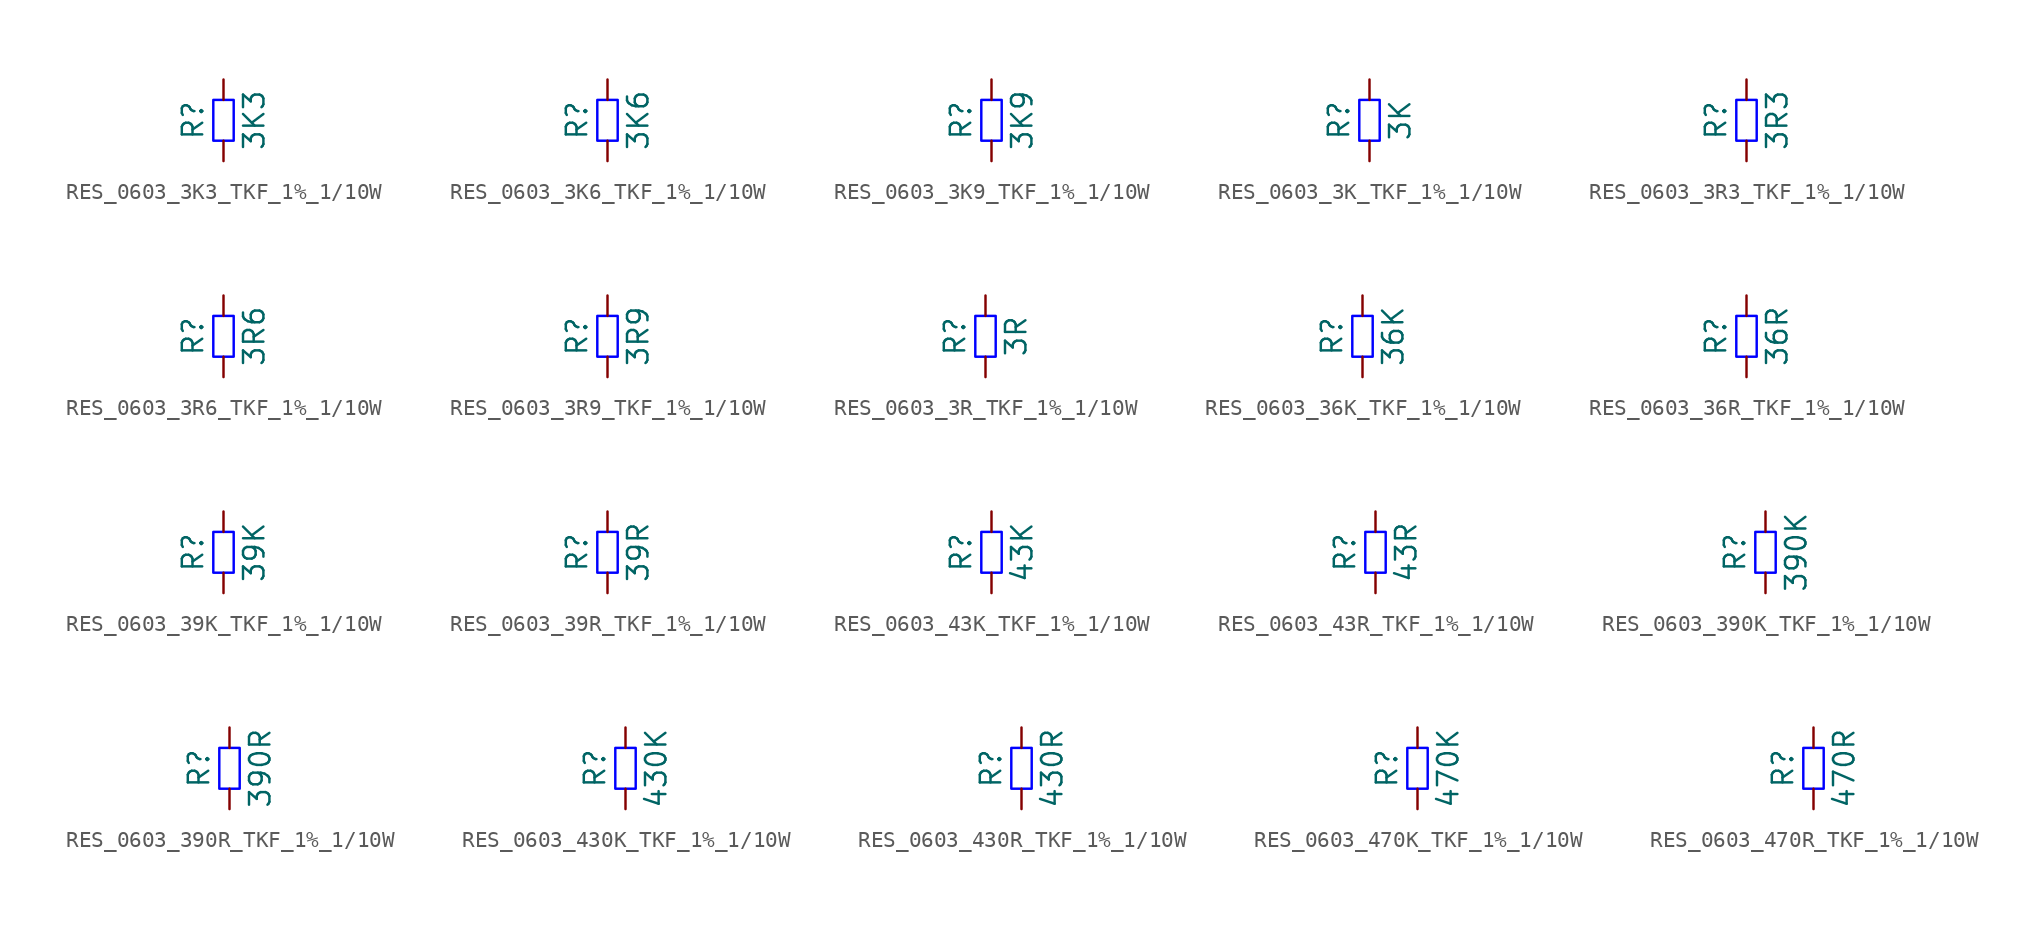
<source format=kicad_sym>
(kicad_symbol_lib
  (version 20220914)
  (generator kicad_symbol_editor)
  (symbol "RES_0603_3K3_TKF_1%_1/10W"
    (pin_numbers hide)
    (pin_names
      (offset 0) hide)
    (property "Reference" "R"
      (at -1.905 0 90)
      (do_not_autoplace)
      (effects (font (size 1.27 1.27))))
    (property "Value" "3K3"
      (at 1.905 0 90)
      (do_not_autoplace)
      (effects (font (size 1.27 1.27))))
    (symbol "RES_0603_3K3_TKF_1%_1/10W_1_1"
      (rectangle (start -0.635 -1.27) (end 0.635 1.27) (stroke (width 0) (type solid) (color 0 0 255 1)) (fill (type none)))
      (pin passive line (at 0 -2.54 90) (length 1.27) (name "~" (effects (font (size 1.27 1.27)))) (number "1" (effects (font (size 1.27 1.27)))))
      (pin passive line (at 0 2.54 270) (length 1.27) (name "~" (effects (font (size 1.27 1.27)))) (number "2" (effects (font (size 1.27 1.27)))))))
  (symbol "RES_0603_3K6_TKF_1%_1/10W"
    (pin_numbers hide)
    (pin_names
      (offset 0) hide)
    (property "Reference" "R"
      (at -1.905 0 90)
      (do_not_autoplace)
      (effects (font (size 1.27 1.27))))
    (property "Value" "3K6"
      (at 1.905 0 90)
      (do_not_autoplace)
      (effects (font (size 1.27 1.27))))
    (symbol "RES_0603_3K6_TKF_1%_1/10W_1_1"
      (rectangle (start -0.635 -1.27) (end 0.635 1.27) (stroke (width 0) (type solid) (color 0 0 255 1)) (fill (type none)))
      (pin passive line (at 0 -2.54 90) (length 1.27) (name "~" (effects (font (size 1.27 1.27)))) (number "1" (effects (font (size 1.27 1.27)))))
      (pin passive line (at 0 2.54 270) (length 1.27) (name "~" (effects (font (size 1.27 1.27)))) (number "2" (effects (font (size 1.27 1.27)))))))
  (symbol "RES_0603_3K9_TKF_1%_1/10W"
    (pin_numbers hide)
    (pin_names
      (offset 0) hide)
    (property "Reference" "R"
      (at -1.905 0 90)
      (do_not_autoplace)
      (effects (font (size 1.27 1.27))))
    (property "Value" "3K9"
      (at 1.905 0 90)
      (do_not_autoplace)
      (effects (font (size 1.27 1.27))))
    (symbol "RES_0603_3K9_TKF_1%_1/10W_1_1"
      (rectangle (start -0.635 -1.27) (end 0.635 1.27) (stroke (width 0) (type solid) (color 0 0 255 1)) (fill (type none)))
      (pin passive line (at 0 -2.54 90) (length 1.27) (name "~" (effects (font (size 1.27 1.27)))) (number "1" (effects (font (size 1.27 1.27)))))
      (pin passive line (at 0 2.54 270) (length 1.27) (name "~" (effects (font (size 1.27 1.27)))) (number "2" (effects (font (size 1.27 1.27)))))))
  (symbol "RES_0603_3K_TKF_1%_1/10W"
    (pin_numbers hide)
    (pin_names
      (offset 0) hide)
    (property "Reference" "R"
      (at -1.905 0 90)
      (do_not_autoplace)
      (effects (font (size 1.27 1.27))))
    (property "Value" "3K"
      (at 1.905 0 90)
      (do_not_autoplace)
      (effects (font (size 1.27 1.27))))
    (symbol "RES_0603_3K_TKF_1%_1/10W_1_1"
      (rectangle (start -0.635 -1.27) (end 0.635 1.27) (stroke (width 0) (type solid) (color 0 0 255 1)) (fill (type none)))
      (pin passive line (at 0 -2.54 90) (length 1.27) (name "~" (effects (font (size 1.27 1.27)))) (number "1" (effects (font (size 1.27 1.27)))))
      (pin passive line (at 0 2.54 270) (length 1.27) (name "~" (effects (font (size 1.27 1.27)))) (number "2" (effects (font (size 1.27 1.27)))))))
  (symbol "RES_0603_3R3_TKF_1%_1/10W"
    (pin_numbers hide)
    (pin_names
      (offset 0) hide)
    (property "Reference" "R"
      (at -1.905 0 90)
      (do_not_autoplace)
      (effects (font (size 1.27 1.27))))
    (property "Value" "3R3"
      (at 1.905 0 90)
      (do_not_autoplace)
      (effects (font (size 1.27 1.27))))
    (symbol "RES_0603_3R3_TKF_1%_1/10W_1_1"
      (rectangle (start -0.635 -1.27) (end 0.635 1.27) (stroke (width 0) (type solid) (color 0 0 255 1)) (fill (type none)))
      (pin passive line (at 0 -2.54 90) (length 1.27) (name "~" (effects (font (size 1.27 1.27)))) (number "1" (effects (font (size 1.27 1.27)))))
      (pin passive line (at 0 2.54 270) (length 1.27) (name "~" (effects (font (size 1.27 1.27)))) (number "2" (effects (font (size 1.27 1.27)))))))
  (symbol "RES_0603_3R6_TKF_1%_1/10W"
    (pin_numbers hide)
    (pin_names
      (offset 0) hide)
    (property "Reference" "R"
      (at -1.905 0 90)
      (do_not_autoplace)
      (effects (font (size 1.27 1.27))))
    (property "Value" "3R6"
      (at 1.905 0 90)
      (do_not_autoplace)
      (effects (font (size 1.27 1.27))))
    (symbol "RES_0603_3R6_TKF_1%_1/10W_1_1"
      (rectangle (start -0.635 -1.27) (end 0.635 1.27) (stroke (width 0) (type solid) (color 0 0 255 1)) (fill (type none)))
      (pin passive line (at 0 -2.54 90) (length 1.27) (name "~" (effects (font (size 1.27 1.27)))) (number "1" (effects (font (size 1.27 1.27)))))
      (pin passive line (at 0 2.54 270) (length 1.27) (name "~" (effects (font (size 1.27 1.27)))) (number "2" (effects (font (size 1.27 1.27)))))))
  (symbol "RES_0603_3R9_TKF_1%_1/10W"
    (pin_numbers hide)
    (pin_names
      (offset 0) hide)
    (property "Reference" "R"
      (at -1.905 0 90)
      (do_not_autoplace)
      (effects (font (size 1.27 1.27))))
    (property "Value" "3R9"
      (at 1.905 0 90)
      (do_not_autoplace)
      (effects (font (size 1.27 1.27))))
    (symbol "RES_0603_3R9_TKF_1%_1/10W_1_1"
      (rectangle (start -0.635 -1.27) (end 0.635 1.27) (stroke (width 0) (type solid) (color 0 0 255 1)) (fill (type none)))
      (pin passive line (at 0 -2.54 90) (length 1.27) (name "~" (effects (font (size 1.27 1.27)))) (number "1" (effects (font (size 1.27 1.27)))))
      (pin passive line (at 0 2.54 270) (length 1.27) (name "~" (effects (font (size 1.27 1.27)))) (number "2" (effects (font (size 1.27 1.27)))))))
  (symbol "RES_0603_3R_TKF_1%_1/10W"
    (pin_numbers hide)
    (pin_names
      (offset 0) hide)
    (property "Reference" "R"
      (at -1.905 0 90)
      (do_not_autoplace)
      (effects (font (size 1.27 1.27))))
    (property "Value" "3R"
      (at 1.905 0 90)
      (do_not_autoplace)
      (effects (font (size 1.27 1.27))))
    (symbol "RES_0603_3R_TKF_1%_1/10W_1_1"
      (rectangle (start -0.635 -1.27) (end 0.635 1.27) (stroke (width 0) (type solid) (color 0 0 255 1)) (fill (type none)))
      (pin passive line (at 0 -2.54 90) (length 1.27) (name "~" (effects (font (size 1.27 1.27)))) (number "1" (effects (font (size 1.27 1.27)))))
      (pin passive line (at 0 2.54 270) (length 1.27) (name "~" (effects (font (size 1.27 1.27)))) (number "2" (effects (font (size 1.27 1.27)))))))
  (symbol "RES_0603_36K_TKF_1%_1/10W"
    (pin_numbers hide)
    (pin_names
      (offset 0) hide)
    (property "Reference" "R"
      (at -1.905 0 90)
      (do_not_autoplace)
      (effects (font (size 1.27 1.27))))
    (property "Value" "36K"
      (at 1.905 0 90)
      (do_not_autoplace)
      (effects (font (size 1.27 1.27))))
    (symbol "RES_0603_36K_TKF_1%_1/10W_1_1"
      (rectangle (start -0.635 -1.27) (end 0.635 1.27) (stroke (width 0) (type solid) (color 0 0 255 1)) (fill (type none)))
      (pin passive line (at 0 -2.54 90) (length 1.27) (name "~" (effects (font (size 1.27 1.27)))) (number "1" (effects (font (size 1.27 1.27)))))
      (pin passive line (at 0 2.54 270) (length 1.27) (name "~" (effects (font (size 1.27 1.27)))) (number "2" (effects (font (size 1.27 1.27)))))))
  (symbol "RES_0603_36R_TKF_1%_1/10W"
    (pin_numbers hide)
    (pin_names
      (offset 0) hide)
    (property "Reference" "R"
      (at -1.905 0 90)
      (do_not_autoplace)
      (effects (font (size 1.27 1.27))))
    (property "Value" "36R"
      (at 1.905 0 90)
      (do_not_autoplace)
      (effects (font (size 1.27 1.27))))
    (symbol "RES_0603_36R_TKF_1%_1/10W_1_1"
      (rectangle (start -0.635 -1.27) (end 0.635 1.27) (stroke (width 0) (type solid) (color 0 0 255 1)) (fill (type none)))
      (pin passive line (at 0 -2.54 90) (length 1.27) (name "~" (effects (font (size 1.27 1.27)))) (number "1" (effects (font (size 1.27 1.27)))))
      (pin passive line (at 0 2.54 270) (length 1.27) (name "~" (effects (font (size 1.27 1.27)))) (number "2" (effects (font (size 1.27 1.27)))))))
  (symbol "RES_0603_39K_TKF_1%_1/10W"
    (pin_numbers hide)
    (pin_names
      (offset 0) hide)
    (property "Reference" "R"
      (at -1.905 0 90)
      (do_not_autoplace)
      (effects (font (size 1.27 1.27))))
    (property "Value" "39K"
      (at 1.905 0 90)
      (do_not_autoplace)
      (effects (font (size 1.27 1.27))))
    (symbol "RES_0603_39K_TKF_1%_1/10W_1_1"
      (rectangle (start -0.635 -1.27) (end 0.635 1.27) (stroke (width 0) (type solid) (color 0 0 255 1)) (fill (type none)))
      (pin passive line (at 0 -2.54 90) (length 1.27) (name "~" (effects (font (size 1.27 1.27)))) (number "1" (effects (font (size 1.27 1.27)))))
      (pin passive line (at 0 2.54 270) (length 1.27) (name "~" (effects (font (size 1.27 1.27)))) (number "2" (effects (font (size 1.27 1.27)))))))
  (symbol "RES_0603_39R_TKF_1%_1/10W"
    (pin_numbers hide)
    (pin_names
      (offset 0) hide)
    (property "Reference" "R"
      (at -1.905 0 90)
      (do_not_autoplace)
      (effects (font (size 1.27 1.27))))
    (property "Value" "39R"
      (at 1.905 0 90)
      (do_not_autoplace)
      (effects (font (size 1.27 1.27))))
    (symbol "RES_0603_39R_TKF_1%_1/10W_1_1"
      (rectangle (start -0.635 -1.27) (end 0.635 1.27) (stroke (width 0) (type solid) (color 0 0 255 1)) (fill (type none)))
      (pin passive line (at 0 -2.54 90) (length 1.27) (name "~" (effects (font (size 1.27 1.27)))) (number "1" (effects (font (size 1.27 1.27)))))
      (pin passive line (at 0 2.54 270) (length 1.27) (name "~" (effects (font (size 1.27 1.27)))) (number "2" (effects (font (size 1.27 1.27)))))))
  (symbol "RES_0603_43K_TKF_1%_1/10W"
    (pin_numbers hide)
    (pin_names
      (offset 0) hide)
    (property "Reference" "R"
      (at -1.905 0 90)
      (do_not_autoplace)
      (effects (font (size 1.27 1.27))))
    (property "Value" "43K"
      (at 1.905 0 90)
      (do_not_autoplace)
      (effects (font (size 1.27 1.27))))
    (symbol "RES_0603_43K_TKF_1%_1/10W_1_1"
      (rectangle (start -0.635 -1.27) (end 0.635 1.27) (stroke (width 0) (type solid) (color 0 0 255 1)) (fill (type none)))
      (pin passive line (at 0 -2.54 90) (length 1.27) (name "~" (effects (font (size 1.27 1.27)))) (number "1" (effects (font (size 1.27 1.27)))))
      (pin passive line (at 0 2.54 270) (length 1.27) (name "~" (effects (font (size 1.27 1.27)))) (number "2" (effects (font (size 1.27 1.27)))))))
  (symbol "RES_0603_43R_TKF_1%_1/10W"
    (pin_numbers hide)
    (pin_names
      (offset 0) hide)
    (property "Reference" "R"
      (at -1.905 0 90)
      (do_not_autoplace)
      (effects (font (size 1.27 1.27))))
    (property "Value" "43R"
      (at 1.905 0 90)
      (do_not_autoplace)
      (effects (font (size 1.27 1.27))))
    (symbol "RES_0603_43R_TKF_1%_1/10W_1_1"
      (rectangle (start -0.635 -1.27) (end 0.635 1.27) (stroke (width 0) (type solid) (color 0 0 255 1)) (fill (type none)))
      (pin passive line (at 0 -2.54 90) (length 1.27) (name "~" (effects (font (size 1.27 1.27)))) (number "1" (effects (font (size 1.27 1.27)))))
      (pin passive line (at 0 2.54 270) (length 1.27) (name "~" (effects (font (size 1.27 1.27)))) (number "2" (effects (font (size 1.27 1.27)))))))
  (symbol "RES_0603_390K_TKF_1%_1/10W"
    (pin_numbers hide)
    (pin_names
      (offset 0) hide)
    (property "Reference" "R"
      (at -1.905 0 90)
      (do_not_autoplace)
      (effects (font (size 1.27 1.27))))
    (property "Value" "390K"
      (at 1.905 0 90)
      (do_not_autoplace)
      (effects (font (size 1.27 1.27))))
    (symbol "RES_0603_390K_TKF_1%_1/10W_1_1"
      (rectangle (start -0.635 -1.27) (end 0.635 1.27) (stroke (width 0) (type solid) (color 0 0 255 1)) (fill (type none)))
      (pin passive line (at 0 -2.54 90) (length 1.27) (name "~" (effects (font (size 1.27 1.27)))) (number "1" (effects (font (size 1.27 1.27)))))
      (pin passive line (at 0 2.54 270) (length 1.27) (name "~" (effects (font (size 1.27 1.27)))) (number "2" (effects (font (size 1.27 1.27)))))))
  (symbol "RES_0603_390R_TKF_1%_1/10W"
    (pin_numbers hide)
    (pin_names
      (offset 0) hide)
    (property "Reference" "R"
      (at -1.905 0 90)
      (do_not_autoplace)
      (effects (font (size 1.27 1.27))))
    (property "Value" "390R"
      (at 1.905 0 90)
      (do_not_autoplace)
      (effects (font (size 1.27 1.27))))
    (symbol "RES_0603_390R_TKF_1%_1/10W_1_1"
      (rectangle (start -0.635 -1.27) (end 0.635 1.27) (stroke (width 0) (type solid) (color 0 0 255 1)) (fill (type none)))
      (pin passive line (at 0 -2.54 90) (length 1.27) (name "~" (effects (font (size 1.27 1.27)))) (number "1" (effects (font (size 1.27 1.27)))))
      (pin passive line (at 0 2.54 270) (length 1.27) (name "~" (effects (font (size 1.27 1.27)))) (number "2" (effects (font (size 1.27 1.27)))))))
  (symbol "RES_0603_430K_TKF_1%_1/10W"
    (pin_numbers hide)
    (pin_names
      (offset 0) hide)
    (property "Reference" "R"
      (at -1.905 0 90)
      (do_not_autoplace)
      (effects (font (size 1.27 1.27))))
    (property "Value" "430K"
      (at 1.905 0 90)
      (do_not_autoplace)
      (effects (font (size 1.27 1.27))))
    (symbol "RES_0603_430K_TKF_1%_1/10W_1_1"
      (rectangle (start -0.635 -1.27) (end 0.635 1.27) (stroke (width 0) (type solid) (color 0 0 255 1)) (fill (type none)))
      (pin passive line (at 0 -2.54 90) (length 1.27) (name "~" (effects (font (size 1.27 1.27)))) (number "1" (effects (font (size 1.27 1.27)))))
      (pin passive line (at 0 2.54 270) (length 1.27) (name "~" (effects (font (size 1.27 1.27)))) (number "2" (effects (font (size 1.27 1.27)))))))
  (symbol "RES_0603_430R_TKF_1%_1/10W"
    (pin_numbers hide)
    (pin_names
      (offset 0) hide)
    (property "Reference" "R"
      (at -1.905 0 90)
      (do_not_autoplace)
      (effects (font (size 1.27 1.27))))
    (property "Value" "430R"
      (at 1.905 0 90)
      (do_not_autoplace)
      (effects (font (size 1.27 1.27))))
    (symbol "RES_0603_430R_TKF_1%_1/10W_1_1"
      (rectangle (start -0.635 -1.27) (end 0.635 1.27) (stroke (width 0) (type solid) (color 0 0 255 1)) (fill (type none)))
      (pin passive line (at 0 -2.54 90) (length 1.27) (name "~" (effects (font (size 1.27 1.27)))) (number "1" (effects (font (size 1.27 1.27)))))
      (pin passive line (at 0 2.54 270) (length 1.27) (name "~" (effects (font (size 1.27 1.27)))) (number "2" (effects (font (size 1.27 1.27)))))))
  (symbol "RES_0603_470K_TKF_1%_1/10W"
    (pin_numbers hide)
    (pin_names
      (offset 0) hide)
    (property "Reference" "R"
      (at -1.905 0 90)
      (do_not_autoplace)
      (effects (font (size 1.27 1.27))))
    (property "Value" "470K"
      (at 1.905 0 90)
      (do_not_autoplace)
      (effects (font (size 1.27 1.27))))
    (symbol "RES_0603_470K_TKF_1%_1/10W_1_1"
      (rectangle (start -0.635 -1.27) (end 0.635 1.27) (stroke (width 0) (type solid) (color 0 0 255 1)) (fill (type none)))
      (pin passive line (at 0 -2.54 90) (length 1.27) (name "~" (effects (font (size 1.27 1.27)))) (number "1" (effects (font (size 1.27 1.27)))))
      (pin passive line (at 0 2.54 270) (length 1.27) (name "~" (effects (font (size 1.27 1.27)))) (number "2" (effects (font (size 1.27 1.27)))))))
  (symbol "RES_0603_470R_TKF_1%_1/10W"
    (pin_numbers hide)
    (pin_names
      (offset 0) hide)
    (property "Reference" "R"
      (at -1.905 0 90)
      (do_not_autoplace)
      (effects (font (size 1.27 1.27))))
    (property "Value" "470R"
      (at 1.905 0 90)
      (do_not_autoplace)
      (effects (font (size 1.27 1.27))))
    (symbol "RES_0603_470R_TKF_1%_1/10W_1_1"
      (rectangle (start -0.635 -1.27) (end 0.635 1.27) (stroke (width 0) (type solid) (color 0 0 255 1)) (fill (type none)))
      (pin passive line (at 0 -2.54 90) (length 1.27) (name "~" (effects (font (size 1.27 1.27)))) (number "1" (effects (font (size 1.27 1.27)))))
      (pin passive line (at 0 2.54 270) (length 1.27) (name "~" (effects (font (size 1.27 1.27)))) (number "2" (effects (font (size 1.27 1.27))))))))
</source>
